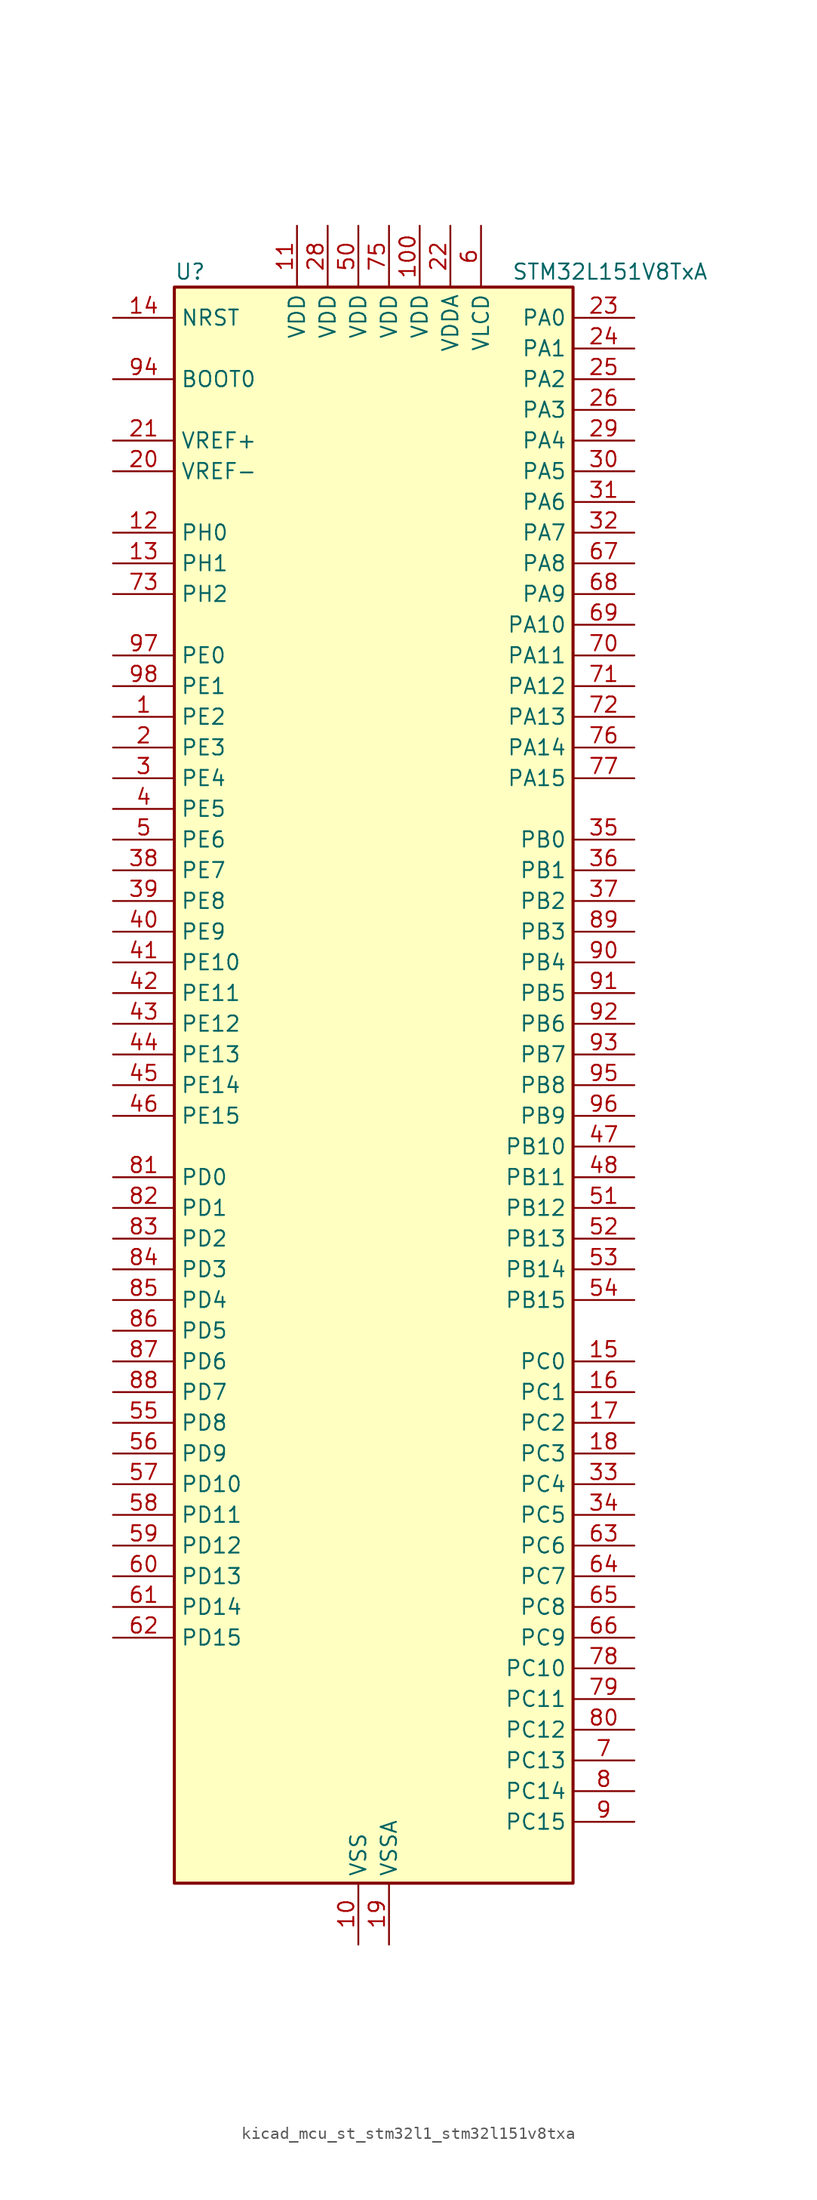
<source format=kicad_sym>
(kicad_symbol_lib
  (version 20220914)
  (generator kicad_symbol_editor)
  (symbol "kicad_mcu_st_stm32l1_stm32l151v8txa"
    (property "Reference" "U"
      (at -15.24 67.31 0)
      (effects (font (size 1.27 1.27)) (justify left)))
    (property "Value" "STM32L151V8TxA"
      (at 12.7 67.31 0)
      (effects (font (size 1.27 1.27)) (justify left)))
    (property "ki_locked" ""
      (at 0 0 0)
      (effects (font (size 1.27 1.27))))
    (symbol "kicad_mcu_st_stm32l1_stm32l151v8txa_0_1"
      (rectangle (start -15.24 -66.04) (end 17.78 66.04) (stroke (width 0.254) (type default)) (fill (type background))))
    (symbol "kicad_mcu_st_stm32l1_stm32l151v8txa_1_1"
      (pin bidirectional line (at -20.32 30.48 0) (length 5.08) (name "PE2" (effects (font (size 1.27 1.27)))) (number "1" (effects (font (size 1.27 1.27)))) (alternate "SYS_TRACECK" bidirectional line) (alternate "TIM3_ETR" bidirectional line) (alternate "TIMX_IC3" bidirectional line))
      (pin power_in line (at 0 -71.12 90) (length 5.08) (name "VSS" (effects (font (size 1.27 1.27)))) (number "10" (effects (font (size 1.27 1.27)))))
      (pin power_in line (at 5.08 71.12 270) (length 5.08) (name "VDD" (effects (font (size 1.27 1.27)))) (number "100" (effects (font (size 1.27 1.27)))))
      (pin power_in line (at -5.08 71.12 270) (length 5.08) (name "VDD" (effects (font (size 1.27 1.27)))) (number "11" (effects (font (size 1.27 1.27)))))
      (pin bidirectional line (at -20.32 45.72 0) (length 5.08) (name "PH0" (effects (font (size 1.27 1.27)))) (number "12" (effects (font (size 1.27 1.27)))) (alternate "RCC_OSC_IN" bidirectional line))
      (pin bidirectional line (at -20.32 43.18 0) (length 5.08) (name "PH1" (effects (font (size 1.27 1.27)))) (number "13" (effects (font (size 1.27 1.27)))) (alternate "RCC_OSC_OUT" bidirectional line))
      (pin input line (at -20.32 63.5 0) (length 5.08) (name "NRST" (effects (font (size 1.27 1.27)))) (number "14" (effects (font (size 1.27 1.27)))))
      (pin bidirectional line (at 22.86 -22.86 180) (length 5.08) (name "PC0" (effects (font (size 1.27 1.27)))) (number "15" (effects (font (size 1.27 1.27)))) (alternate "ADC_IN10" bidirectional line) (alternate "COMP1_INP" bidirectional line) (alternate "TIMX_IC1" bidirectional line) (alternate "TS_G8_IO1" bidirectional line))
      (pin bidirectional line (at 22.86 -25.4 180) (length 5.08) (name "PC1" (effects (font (size 1.27 1.27)))) (number "16" (effects (font (size 1.27 1.27)))) (alternate "ADC_IN11" bidirectional line) (alternate "COMP1_INP" bidirectional line) (alternate "TIMX_IC2" bidirectional line) (alternate "TS_G8_IO2" bidirectional line))
      (pin bidirectional line (at 22.86 -27.94 180) (length 5.08) (name "PC2" (effects (font (size 1.27 1.27)))) (number "17" (effects (font (size 1.27 1.27)))) (alternate "ADC_IN12" bidirectional line) (alternate "COMP1_INP" bidirectional line) (alternate "TIMX_IC3" bidirectional line) (alternate "TS_G8_IO3" bidirectional line))
      (pin bidirectional line (at 22.86 -30.48 180) (length 5.08) (name "PC3" (effects (font (size 1.27 1.27)))) (number "18" (effects (font (size 1.27 1.27)))) (alternate "ADC_IN13" bidirectional line) (alternate "COMP1_INP" bidirectional line) (alternate "TIMX_IC4" bidirectional line) (alternate "TS_G8_IO4" bidirectional line))
      (pin power_in line (at 2.54 -71.12 90) (length 5.08) (name "VSSA" (effects (font (size 1.27 1.27)))) (number "19" (effects (font (size 1.27 1.27)))))
      (pin bidirectional line (at -20.32 27.94 0) (length 5.08) (name "PE3" (effects (font (size 1.27 1.27)))) (number "2" (effects (font (size 1.27 1.27)))) (alternate "SYS_TRACED0" bidirectional line) (alternate "TIM3_CH1" bidirectional line) (alternate "TIMX_IC4" bidirectional line))
      (pin input line (at -20.32 50.8 0) (length 5.08) (name "VREF-" (effects (font (size 1.27 1.27)))) (number "20" (effects (font (size 1.27 1.27)))))
      (pin input line (at -20.32 53.34 0) (length 5.08) (name "VREF+" (effects (font (size 1.27 1.27)))) (number "21" (effects (font (size 1.27 1.27)))))
      (pin power_in line (at 7.62 71.12 270) (length 5.08) (name "VDDA" (effects (font (size 1.27 1.27)))) (number "22" (effects (font (size 1.27 1.27)))))
      (pin bidirectional line (at 22.86 63.5 180) (length 5.08) (name "PA0" (effects (font (size 1.27 1.27)))) (number "23" (effects (font (size 1.27 1.27)))) (alternate "ADC_IN0" bidirectional line) (alternate "COMP1_INP" bidirectional line) (alternate "RTC_TAMP2" bidirectional line) (alternate "SYS_WKUP1" bidirectional line) (alternate "TIM2_CH1" bidirectional line) (alternate "TIM2_ETR" bidirectional line) (alternate "TIMX_IC1" bidirectional line) (alternate "TS_G1_IO1" bidirectional line) (alternate "USART2_CTS" bidirectional line))
      (pin bidirectional line (at 22.86 60.96 180) (length 5.08) (name "PA1" (effects (font (size 1.27 1.27)))) (number "24" (effects (font (size 1.27 1.27)))) (alternate "ADC_IN1" bidirectional line) (alternate "COMP1_INP" bidirectional line) (alternate "TIM2_CH2" bidirectional line) (alternate "TIMX_IC2" bidirectional line) (alternate "TS_G1_IO2" bidirectional line) (alternate "USART2_RTS" bidirectional line))
      (pin bidirectional line (at 22.86 58.42 180) (length 5.08) (name "PA2" (effects (font (size 1.27 1.27)))) (number "25" (effects (font (size 1.27 1.27)))) (alternate "ADC_IN2" bidirectional line) (alternate "COMP1_INP" bidirectional line) (alternate "TIM2_CH3" bidirectional line) (alternate "TIM9_CH1" bidirectional line) (alternate "TIMX_IC3" bidirectional line) (alternate "TS_G1_IO3" bidirectional line) (alternate "USART2_TX" bidirectional line))
      (pin bidirectional line (at 22.86 55.88 180) (length 5.08) (name "PA3" (effects (font (size 1.27 1.27)))) (number "26" (effects (font (size 1.27 1.27)))) (alternate "ADC_IN3" bidirectional line) (alternate "COMP1_INP" bidirectional line) (alternate "TIM2_CH4" bidirectional line) (alternate "TIM9_CH2" bidirectional line) (alternate "TIMX_IC4" bidirectional line) (alternate "TS_G1_IO4" bidirectional line) (alternate "USART2_RX" bidirectional line))
      (pin passive line (at 0 -71.12 90) (length 5.08) hide (name "VSS" (effects (font (size 1.27 1.27)))) (number "27" (effects (font (size 1.27 1.27)))))
      (pin power_in line (at -2.54 71.12 270) (length 5.08) (name "VDD" (effects (font (size 1.27 1.27)))) (number "28" (effects (font (size 1.27 1.27)))))
      (pin bidirectional line (at 22.86 53.34 180) (length 5.08) (name "PA4" (effects (font (size 1.27 1.27)))) (number "29" (effects (font (size 1.27 1.27)))) (alternate "ADC_IN4" bidirectional line) (alternate "COMP1_INP" bidirectional line) (alternate "DAC_OUT1" bidirectional line) (alternate "SPI1_NSS" bidirectional line) (alternate "TIMX_IC1" bidirectional line) (alternate "USART2_CK" bidirectional line))
      (pin bidirectional line (at -20.32 25.4 0) (length 5.08) (name "PE4" (effects (font (size 1.27 1.27)))) (number "3" (effects (font (size 1.27 1.27)))) (alternate "SYS_TRACED1" bidirectional line) (alternate "TIM3_CH2" bidirectional line) (alternate "TIMX_IC1" bidirectional line))
      (pin bidirectional line (at 22.86 50.8 180) (length 5.08) (name "PA5" (effects (font (size 1.27 1.27)))) (number "30" (effects (font (size 1.27 1.27)))) (alternate "ADC_IN5" bidirectional line) (alternate "COMP1_INP" bidirectional line) (alternate "DAC_OUT2" bidirectional line) (alternate "SPI1_SCK" bidirectional line) (alternate "TIM2_CH1" bidirectional line) (alternate "TIM2_ETR" bidirectional line) (alternate "TIMX_IC2" bidirectional line))
      (pin bidirectional line (at 22.86 48.26 180) (length 5.08) (name "PA6" (effects (font (size 1.27 1.27)))) (number "31" (effects (font (size 1.27 1.27)))) (alternate "ADC_IN6" bidirectional line) (alternate "COMP1_INP" bidirectional line) (alternate "SPI1_MISO" bidirectional line) (alternate "TIM10_CH1" bidirectional line) (alternate "TIM3_CH1" bidirectional line) (alternate "TIMX_IC3" bidirectional line) (alternate "TS_G2_IO1" bidirectional line))
      (pin bidirectional line (at 22.86 45.72 180) (length 5.08) (name "PA7" (effects (font (size 1.27 1.27)))) (number "32" (effects (font (size 1.27 1.27)))) (alternate "ADC_IN7" bidirectional line) (alternate "COMP1_INP" bidirectional line) (alternate "SPI1_MOSI" bidirectional line) (alternate "TIM11_CH1" bidirectional line) (alternate "TIM3_CH2" bidirectional line) (alternate "TIMX_IC4" bidirectional line) (alternate "TS_G2_IO2" bidirectional line))
      (pin bidirectional line (at 22.86 -33.02 180) (length 5.08) (name "PC4" (effects (font (size 1.27 1.27)))) (number "33" (effects (font (size 1.27 1.27)))) (alternate "ADC_IN14" bidirectional line) (alternate "COMP1_INP" bidirectional line) (alternate "TIMX_IC1" bidirectional line) (alternate "TS_G9_IO1" bidirectional line))
      (pin bidirectional line (at 22.86 -35.56 180) (length 5.08) (name "PC5" (effects (font (size 1.27 1.27)))) (number "34" (effects (font (size 1.27 1.27)))) (alternate "ADC_IN15" bidirectional line) (alternate "COMP1_INP" bidirectional line) (alternate "TIMX_IC2" bidirectional line) (alternate "TS_G9_IO2" bidirectional line))
      (pin bidirectional line (at 22.86 20.32 180) (length 5.08) (name "PB0" (effects (font (size 1.27 1.27)))) (number "35" (effects (font (size 1.27 1.27)))) (alternate "ADC_IN8" bidirectional line) (alternate "COMP1_INP" bidirectional line) (alternate "SYS_V_REF_OUT" bidirectional line) (alternate "TIM3_CH3" bidirectional line) (alternate "TS_G3_IO1" bidirectional line))
      (pin bidirectional line (at 22.86 17.78 180) (length 5.08) (name "PB1" (effects (font (size 1.27 1.27)))) (number "36" (effects (font (size 1.27 1.27)))) (alternate "ADC_IN9" bidirectional line) (alternate "COMP1_INP" bidirectional line) (alternate "SYS_V_REF_OUT" bidirectional line) (alternate "TIM3_CH4" bidirectional line) (alternate "TS_G3_IO2" bidirectional line))
      (pin bidirectional line (at 22.86 15.24 180) (length 5.08) (name "PB2" (effects (font (size 1.27 1.27)))) (number "37" (effects (font (size 1.27 1.27)))) (alternate "TS_G3_IO3" bidirectional line))
      (pin bidirectional line (at -20.32 17.78 0) (length 5.08) (name "PE7" (effects (font (size 1.27 1.27)))) (number "38" (effects (font (size 1.27 1.27)))) (alternate "ADC_IN22" bidirectional line) (alternate "COMP1_INP" bidirectional line) (alternate "TIMX_IC4" bidirectional line))
      (pin bidirectional line (at -20.32 15.24 0) (length 5.08) (name "PE8" (effects (font (size 1.27 1.27)))) (number "39" (effects (font (size 1.27 1.27)))) (alternate "ADC_IN23" bidirectional line) (alternate "COMP1_INP" bidirectional line) (alternate "TIMX_IC1" bidirectional line))
      (pin bidirectional line (at -20.32 22.86 0) (length 5.08) (name "PE5" (effects (font (size 1.27 1.27)))) (number "4" (effects (font (size 1.27 1.27)))) (alternate "SYS_TRACED2" bidirectional line) (alternate "TIM9_CH1" bidirectional line) (alternate "TIMX_IC2" bidirectional line))
      (pin bidirectional line (at -20.32 12.7 0) (length 5.08) (name "PE9" (effects (font (size 1.27 1.27)))) (number "40" (effects (font (size 1.27 1.27)))) (alternate "ADC_IN24" bidirectional line) (alternate "COMP1_INP" bidirectional line) (alternate "DAC_EXTI9" bidirectional line) (alternate "TIM2_CH1" bidirectional line) (alternate "TIM2_ETR" bidirectional line) (alternate "TIMX_IC2" bidirectional line))
      (pin bidirectional line (at -20.32 10.16 0) (length 5.08) (name "PE10" (effects (font (size 1.27 1.27)))) (number "41" (effects (font (size 1.27 1.27)))) (alternate "ADC_IN25" bidirectional line) (alternate "COMP1_INP" bidirectional line) (alternate "TIM2_CH2" bidirectional line) (alternate "TIMX_IC3" bidirectional line))
      (pin bidirectional line (at -20.32 7.62 0) (length 5.08) (name "PE11" (effects (font (size 1.27 1.27)))) (number "42" (effects (font (size 1.27 1.27)))) (alternate "ADC_EXTI11" bidirectional line) (alternate "TIM2_CH3" bidirectional line) (alternate "TIMX_IC4" bidirectional line))
      (pin bidirectional line (at -20.32 5.08 0) (length 5.08) (name "PE12" (effects (font (size 1.27 1.27)))) (number "43" (effects (font (size 1.27 1.27)))) (alternate "SPI1_NSS" bidirectional line) (alternate "TIM2_CH4" bidirectional line) (alternate "TIMX_IC1" bidirectional line))
      (pin bidirectional line (at -20.32 2.54 0) (length 5.08) (name "PE13" (effects (font (size 1.27 1.27)))) (number "44" (effects (font (size 1.27 1.27)))) (alternate "SPI1_SCK" bidirectional line) (alternate "TIMX_IC2" bidirectional line))
      (pin bidirectional line (at -20.32 0 0) (length 5.08) (name "PE14" (effects (font (size 1.27 1.27)))) (number "45" (effects (font (size 1.27 1.27)))) (alternate "SPI1_MISO" bidirectional line) (alternate "TIMX_IC3" bidirectional line))
      (pin bidirectional line (at -20.32 -2.54 0) (length 5.08) (name "PE15" (effects (font (size 1.27 1.27)))) (number "46" (effects (font (size 1.27 1.27)))) (alternate "ADC_EXTI15" bidirectional line) (alternate "SPI1_MOSI" bidirectional line) (alternate "TIMX_IC4" bidirectional line))
      (pin bidirectional line (at 22.86 -5.08 180) (length 5.08) (name "PB10" (effects (font (size 1.27 1.27)))) (number "47" (effects (font (size 1.27 1.27)))) (alternate "I2C2_SCL" bidirectional line) (alternate "TIM2_CH3" bidirectional line) (alternate "USART3_TX" bidirectional line))
      (pin bidirectional line (at 22.86 -7.62 180) (length 5.08) (name "PB11" (effects (font (size 1.27 1.27)))) (number "48" (effects (font (size 1.27 1.27)))) (alternate "ADC_EXTI11" bidirectional line) (alternate "I2C2_SDA" bidirectional line) (alternate "TIM2_CH4" bidirectional line) (alternate "USART3_RX" bidirectional line))
      (pin passive line (at 0 -71.12 90) (length 5.08) hide (name "VSS" (effects (font (size 1.27 1.27)))) (number "49" (effects (font (size 1.27 1.27)))))
      (pin bidirectional line (at -20.32 20.32 0) (length 5.08) (name "PE6" (effects (font (size 1.27 1.27)))) (number "5" (effects (font (size 1.27 1.27)))) (alternate "RTC_TAMP3" bidirectional line) (alternate "SYS_TRACED3" bidirectional line) (alternate "SYS_WKUP3" bidirectional line) (alternate "TIM9_CH2" bidirectional line) (alternate "TIMX_IC3" bidirectional line))
      (pin power_in line (at 0 71.12 270) (length 5.08) (name "VDD" (effects (font (size 1.27 1.27)))) (number "50" (effects (font (size 1.27 1.27)))))
      (pin bidirectional line (at 22.86 -10.16 180) (length 5.08) (name "PB12" (effects (font (size 1.27 1.27)))) (number "51" (effects (font (size 1.27 1.27)))) (alternate "ADC_IN18" bidirectional line) (alternate "COMP1_INP" bidirectional line) (alternate "I2C2_SMBA" bidirectional line) (alternate "SPI2_NSS" bidirectional line) (alternate "TIM10_CH1" bidirectional line) (alternate "TS_G7_IO1" bidirectional line) (alternate "USART3_CK" bidirectional line))
      (pin bidirectional line (at 22.86 -12.7 180) (length 5.08) (name "PB13" (effects (font (size 1.27 1.27)))) (number "52" (effects (font (size 1.27 1.27)))) (alternate "ADC_IN19" bidirectional line) (alternate "COMP1_INP" bidirectional line) (alternate "SPI2_SCK" bidirectional line) (alternate "TIM9_CH1" bidirectional line) (alternate "TS_G7_IO2" bidirectional line) (alternate "USART3_CTS" bidirectional line))
      (pin bidirectional line (at 22.86 -15.24 180) (length 5.08) (name "PB14" (effects (font (size 1.27 1.27)))) (number "53" (effects (font (size 1.27 1.27)))) (alternate "ADC_IN20" bidirectional line) (alternate "COMP1_INP" bidirectional line) (alternate "SPI2_MISO" bidirectional line) (alternate "TIM9_CH2" bidirectional line) (alternate "TS_G7_IO3" bidirectional line) (alternate "USART3_RTS" bidirectional line))
      (pin bidirectional line (at 22.86 -17.78 180) (length 5.08) (name "PB15" (effects (font (size 1.27 1.27)))) (number "54" (effects (font (size 1.27 1.27)))) (alternate "ADC_EXTI15" bidirectional line) (alternate "ADC_IN21" bidirectional line) (alternate "COMP1_INP" bidirectional line) (alternate "RTC_REFIN" bidirectional line) (alternate "SPI2_MOSI" bidirectional line) (alternate "TIM11_CH1" bidirectional line) (alternate "TS_G7_IO4" bidirectional line))
      (pin bidirectional line (at -20.32 -27.94 0) (length 5.08) (name "PD8" (effects (font (size 1.27 1.27)))) (number "55" (effects (font (size 1.27 1.27)))) (alternate "TIMX_IC1" bidirectional line) (alternate "USART3_TX" bidirectional line))
      (pin bidirectional line (at -20.32 -30.48 0) (length 5.08) (name "PD9" (effects (font (size 1.27 1.27)))) (number "56" (effects (font (size 1.27 1.27)))) (alternate "DAC_EXTI9" bidirectional line) (alternate "TIMX_IC2" bidirectional line) (alternate "USART3_RX" bidirectional line))
      (pin bidirectional line (at -20.32 -33.02 0) (length 5.08) (name "PD10" (effects (font (size 1.27 1.27)))) (number "57" (effects (font (size 1.27 1.27)))) (alternate "TIMX_IC3" bidirectional line) (alternate "USART3_CK" bidirectional line))
      (pin bidirectional line (at -20.32 -35.56 0) (length 5.08) (name "PD11" (effects (font (size 1.27 1.27)))) (number "58" (effects (font (size 1.27 1.27)))) (alternate "ADC_EXTI11" bidirectional line) (alternate "TIMX_IC4" bidirectional line) (alternate "USART3_CTS" bidirectional line))
      (pin bidirectional line (at -20.32 -38.1 0) (length 5.08) (name "PD12" (effects (font (size 1.27 1.27)))) (number "59" (effects (font (size 1.27 1.27)))) (alternate "TIM4_CH1" bidirectional line) (alternate "TIMX_IC1" bidirectional line) (alternate "USART3_RTS" bidirectional line))
      (pin power_in line (at 10.16 71.12 270) (length 5.08) (name "VLCD" (effects (font (size 1.27 1.27)))) (number "6" (effects (font (size 1.27 1.27)))))
      (pin bidirectional line (at -20.32 -40.64 0) (length 5.08) (name "PD13" (effects (font (size 1.27 1.27)))) (number "60" (effects (font (size 1.27 1.27)))) (alternate "TIM4_CH2" bidirectional line) (alternate "TIMX_IC2" bidirectional line))
      (pin bidirectional line (at -20.32 -43.18 0) (length 5.08) (name "PD14" (effects (font (size 1.27 1.27)))) (number "61" (effects (font (size 1.27 1.27)))) (alternate "TIM4_CH3" bidirectional line) (alternate "TIMX_IC3" bidirectional line))
      (pin bidirectional line (at -20.32 -45.72 0) (length 5.08) (name "PD15" (effects (font (size 1.27 1.27)))) (number "62" (effects (font (size 1.27 1.27)))) (alternate "ADC_EXTI15" bidirectional line) (alternate "TIM4_CH4" bidirectional line) (alternate "TIMX_IC4" bidirectional line))
      (pin bidirectional line (at 22.86 -38.1 180) (length 5.08) (name "PC6" (effects (font (size 1.27 1.27)))) (number "63" (effects (font (size 1.27 1.27)))) (alternate "TIM3_CH1" bidirectional line) (alternate "TIMX_IC3" bidirectional line) (alternate "TS_G10_IO1" bidirectional line))
      (pin bidirectional line (at 22.86 -40.64 180) (length 5.08) (name "PC7" (effects (font (size 1.27 1.27)))) (number "64" (effects (font (size 1.27 1.27)))) (alternate "TIM3_CH2" bidirectional line) (alternate "TIMX_IC4" bidirectional line) (alternate "TS_G10_IO2" bidirectional line))
      (pin bidirectional line (at 22.86 -43.18 180) (length 5.08) (name "PC8" (effects (font (size 1.27 1.27)))) (number "65" (effects (font (size 1.27 1.27)))) (alternate "TIM3_CH3" bidirectional line) (alternate "TIMX_IC1" bidirectional line) (alternate "TS_G10_IO3" bidirectional line))
      (pin bidirectional line (at 22.86 -45.72 180) (length 5.08) (name "PC9" (effects (font (size 1.27 1.27)))) (number "66" (effects (font (size 1.27 1.27)))) (alternate "DAC_EXTI9" bidirectional line) (alternate "TIM3_CH4" bidirectional line) (alternate "TIMX_IC2" bidirectional line) (alternate "TS_G10_IO4" bidirectional line))
      (pin bidirectional line (at 22.86 43.18 180) (length 5.08) (name "PA8" (effects (font (size 1.27 1.27)))) (number "67" (effects (font (size 1.27 1.27)))) (alternate "RCC_MCO" bidirectional line) (alternate "TIMX_IC1" bidirectional line) (alternate "TS_G4_IO1" bidirectional line) (alternate "USART1_CK" bidirectional line))
      (pin bidirectional line (at 22.86 40.64 180) (length 5.08) (name "PA9" (effects (font (size 1.27 1.27)))) (number "68" (effects (font (size 1.27 1.27)))) (alternate "DAC_EXTI9" bidirectional line) (alternate "TIMX_IC2" bidirectional line) (alternate "TS_G4_IO2" bidirectional line) (alternate "USART1_TX" bidirectional line))
      (pin bidirectional line (at 22.86 38.1 180) (length 5.08) (name "PA10" (effects (font (size 1.27 1.27)))) (number "69" (effects (font (size 1.27 1.27)))) (alternate "TIMX_IC3" bidirectional line) (alternate "TS_G4_IO3" bidirectional line) (alternate "USART1_RX" bidirectional line))
      (pin bidirectional line (at 22.86 -55.88 180) (length 5.08) (name "PC13" (effects (font (size 1.27 1.27)))) (number "7" (effects (font (size 1.27 1.27)))) (alternate "RTC_OUT_ALARM" bidirectional line) (alternate "RTC_OUT_CALIB" bidirectional line) (alternate "RTC_TAMP1" bidirectional line) (alternate "RTC_TS" bidirectional line) (alternate "SYS_WKUP2" bidirectional line) (alternate "TIMX_IC2" bidirectional line))
      (pin bidirectional line (at 22.86 35.56 180) (length 5.08) (name "PA11" (effects (font (size 1.27 1.27)))) (number "70" (effects (font (size 1.27 1.27)))) (alternate "ADC_EXTI11" bidirectional line) (alternate "SPI1_MISO" bidirectional line) (alternate "TIMX_IC4" bidirectional line) (alternate "USART1_CTS" bidirectional line) (alternate "USB_DM" bidirectional line))
      (pin bidirectional line (at 22.86 33.02 180) (length 5.08) (name "PA12" (effects (font (size 1.27 1.27)))) (number "71" (effects (font (size 1.27 1.27)))) (alternate "SPI1_MOSI" bidirectional line) (alternate "TIMX_IC1" bidirectional line) (alternate "USART1_RTS" bidirectional line) (alternate "USB_DP" bidirectional line))
      (pin bidirectional line (at 22.86 30.48 180) (length 5.08) (name "PA13" (effects (font (size 1.27 1.27)))) (number "72" (effects (font (size 1.27 1.27)))) (alternate "SYS_JTMS-SWDIO" bidirectional line) (alternate "TIMX_IC2" bidirectional line) (alternate "TS_G5_IO1" bidirectional line))
      (pin bidirectional line (at -20.32 40.64 0) (length 5.08) (name "PH2" (effects (font (size 1.27 1.27)))) (number "73" (effects (font (size 1.27 1.27)))))
      (pin passive line (at 0 -71.12 90) (length 5.08) hide (name "VSS" (effects (font (size 1.27 1.27)))) (number "74" (effects (font (size 1.27 1.27)))))
      (pin power_in line (at 2.54 71.12 270) (length 5.08) (name "VDD" (effects (font (size 1.27 1.27)))) (number "75" (effects (font (size 1.27 1.27)))))
      (pin bidirectional line (at 22.86 27.94 180) (length 5.08) (name "PA14" (effects (font (size 1.27 1.27)))) (number "76" (effects (font (size 1.27 1.27)))) (alternate "SYS_JTCK-SWCLK" bidirectional line) (alternate "TIMX_IC3" bidirectional line) (alternate "TS_G5_IO2" bidirectional line))
      (pin bidirectional line (at 22.86 25.4 180) (length 5.08) (name "PA15" (effects (font (size 1.27 1.27)))) (number "77" (effects (font (size 1.27 1.27)))) (alternate "ADC_EXTI15" bidirectional line) (alternate "SPI1_NSS" bidirectional line) (alternate "SYS_JTDI" bidirectional line) (alternate "TIM2_CH1" bidirectional line) (alternate "TIM2_ETR" bidirectional line) (alternate "TIMX_IC4" bidirectional line) (alternate "TS_G5_IO3" bidirectional line))
      (pin bidirectional line (at 22.86 -48.26 180) (length 5.08) (name "PC10" (effects (font (size 1.27 1.27)))) (number "78" (effects (font (size 1.27 1.27)))) (alternate "TIMX_IC3" bidirectional line) (alternate "USART3_TX" bidirectional line))
      (pin bidirectional line (at 22.86 -50.8 180) (length 5.08) (name "PC11" (effects (font (size 1.27 1.27)))) (number "79" (effects (font (size 1.27 1.27)))) (alternate "ADC_EXTI11" bidirectional line) (alternate "TIMX_IC4" bidirectional line) (alternate "USART3_RX" bidirectional line))
      (pin bidirectional line (at 22.86 -58.42 180) (length 5.08) (name "PC14" (effects (font (size 1.27 1.27)))) (number "8" (effects (font (size 1.27 1.27)))) (alternate "RCC_OSC32_IN" bidirectional line) (alternate "TIMX_IC3" bidirectional line))
      (pin bidirectional line (at 22.86 -53.34 180) (length 5.08) (name "PC12" (effects (font (size 1.27 1.27)))) (number "80" (effects (font (size 1.27 1.27)))) (alternate "TIMX_IC1" bidirectional line) (alternate "USART3_CK" bidirectional line))
      (pin bidirectional line (at -20.32 -7.62 0) (length 5.08) (name "PD0" (effects (font (size 1.27 1.27)))) (number "81" (effects (font (size 1.27 1.27)))) (alternate "SPI2_NSS" bidirectional line) (alternate "TIM9_CH1" bidirectional line) (alternate "TIMX_IC1" bidirectional line))
      (pin bidirectional line (at -20.32 -10.16 0) (length 5.08) (name "PD1" (effects (font (size 1.27 1.27)))) (number "82" (effects (font (size 1.27 1.27)))) (alternate "SPI2_SCK" bidirectional line) (alternate "TIMX_IC2" bidirectional line))
      (pin bidirectional line (at -20.32 -12.7 0) (length 5.08) (name "PD2" (effects (font (size 1.27 1.27)))) (number "83" (effects (font (size 1.27 1.27)))) (alternate "TIM3_ETR" bidirectional line) (alternate "TIMX_IC3" bidirectional line))
      (pin bidirectional line (at -20.32 -15.24 0) (length 5.08) (name "PD3" (effects (font (size 1.27 1.27)))) (number "84" (effects (font (size 1.27 1.27)))) (alternate "SPI2_MISO" bidirectional line) (alternate "TIMX_IC4" bidirectional line) (alternate "USART2_CTS" bidirectional line))
      (pin bidirectional line (at -20.32 -17.78 0) (length 5.08) (name "PD4" (effects (font (size 1.27 1.27)))) (number "85" (effects (font (size 1.27 1.27)))) (alternate "SPI2_MOSI" bidirectional line) (alternate "TIMX_IC1" bidirectional line) (alternate "USART2_RTS" bidirectional line))
      (pin bidirectional line (at -20.32 -20.32 0) (length 5.08) (name "PD5" (effects (font (size 1.27 1.27)))) (number "86" (effects (font (size 1.27 1.27)))) (alternate "TIMX_IC2" bidirectional line) (alternate "USART2_TX" bidirectional line))
      (pin bidirectional line (at -20.32 -22.86 0) (length 5.08) (name "PD6" (effects (font (size 1.27 1.27)))) (number "87" (effects (font (size 1.27 1.27)))) (alternate "TIMX_IC3" bidirectional line) (alternate "USART2_RX" bidirectional line))
      (pin bidirectional line (at -20.32 -25.4 0) (length 5.08) (name "PD7" (effects (font (size 1.27 1.27)))) (number "88" (effects (font (size 1.27 1.27)))) (alternate "TIM9_CH2" bidirectional line) (alternate "TIMX_IC4" bidirectional line) (alternate "USART2_CK" bidirectional line))
      (pin bidirectional line (at 22.86 12.7 180) (length 5.08) (name "PB3" (effects (font (size 1.27 1.27)))) (number "89" (effects (font (size 1.27 1.27)))) (alternate "COMP2_INM" bidirectional line) (alternate "SPI1_SCK" bidirectional line) (alternate "SYS_JTDO-TRACESWO" bidirectional line) (alternate "TIM2_CH2" bidirectional line))
      (pin bidirectional line (at 22.86 -60.96 180) (length 5.08) (name "PC15" (effects (font (size 1.27 1.27)))) (number "9" (effects (font (size 1.27 1.27)))) (alternate "ADC_EXTI15" bidirectional line) (alternate "RCC_OSC32_OUT" bidirectional line) (alternate "TIMX_IC4" bidirectional line))
      (pin bidirectional line (at 22.86 10.16 180) (length 5.08) (name "PB4" (effects (font (size 1.27 1.27)))) (number "90" (effects (font (size 1.27 1.27)))) (alternate "COMP2_INP" bidirectional line) (alternate "SPI1_MISO" bidirectional line) (alternate "SYS_JTRST" bidirectional line) (alternate "TIM3_CH1" bidirectional line) (alternate "TS_G6_IO1" bidirectional line))
      (pin bidirectional line (at 22.86 7.62 180) (length 5.08) (name "PB5" (effects (font (size 1.27 1.27)))) (number "91" (effects (font (size 1.27 1.27)))) (alternate "COMP2_INP" bidirectional line) (alternate "I2C1_SMBA" bidirectional line) (alternate "SPI1_MOSI" bidirectional line) (alternate "TIM3_CH2" bidirectional line) (alternate "TS_G6_IO2" bidirectional line))
      (pin bidirectional line (at 22.86 5.08 180) (length 5.08) (name "PB6" (effects (font (size 1.27 1.27)))) (number "92" (effects (font (size 1.27 1.27)))) (alternate "I2C1_SCL" bidirectional line) (alternate "TIM4_CH1" bidirectional line) (alternate "TS_G6_IO3" bidirectional line) (alternate "USART1_TX" bidirectional line))
      (pin bidirectional line (at 22.86 2.54 180) (length 5.08) (name "PB7" (effects (font (size 1.27 1.27)))) (number "93" (effects (font (size 1.27 1.27)))) (alternate "I2C1_SDA" bidirectional line) (alternate "SYS_PVD_IN" bidirectional line) (alternate "TIM4_CH2" bidirectional line) (alternate "TS_G6_IO4" bidirectional line) (alternate "USART1_RX" bidirectional line))
      (pin input line (at -20.32 58.42 0) (length 5.08) (name "BOOT0" (effects (font (size 1.27 1.27)))) (number "94" (effects (font (size 1.27 1.27)))))
      (pin bidirectional line (at 22.86 0 180) (length 5.08) (name "PB8" (effects (font (size 1.27 1.27)))) (number "95" (effects (font (size 1.27 1.27)))) (alternate "I2C1_SCL" bidirectional line) (alternate "TIM10_CH1" bidirectional line) (alternate "TIM4_CH3" bidirectional line))
      (pin bidirectional line (at 22.86 -2.54 180) (length 5.08) (name "PB9" (effects (font (size 1.27 1.27)))) (number "96" (effects (font (size 1.27 1.27)))) (alternate "DAC_EXTI9" bidirectional line) (alternate "I2C1_SDA" bidirectional line) (alternate "TIM11_CH1" bidirectional line) (alternate "TIM4_CH4" bidirectional line))
      (pin bidirectional line (at -20.32 35.56 0) (length 5.08) (name "PE0" (effects (font (size 1.27 1.27)))) (number "97" (effects (font (size 1.27 1.27)))) (alternate "TIM10_CH1" bidirectional line) (alternate "TIM4_ETR" bidirectional line) (alternate "TIMX_IC1" bidirectional line))
      (pin bidirectional line (at -20.32 33.02 0) (length 5.08) (name "PE1" (effects (font (size 1.27 1.27)))) (number "98" (effects (font (size 1.27 1.27)))) (alternate "TIM11_CH1" bidirectional line) (alternate "TIMX_IC2" bidirectional line))
      (pin passive line (at 0 -71.12 90) (length 5.08) hide (name "VSS" (effects (font (size 1.27 1.27)))) (number "99" (effects (font (size 1.27 1.27))))))))
</source>
